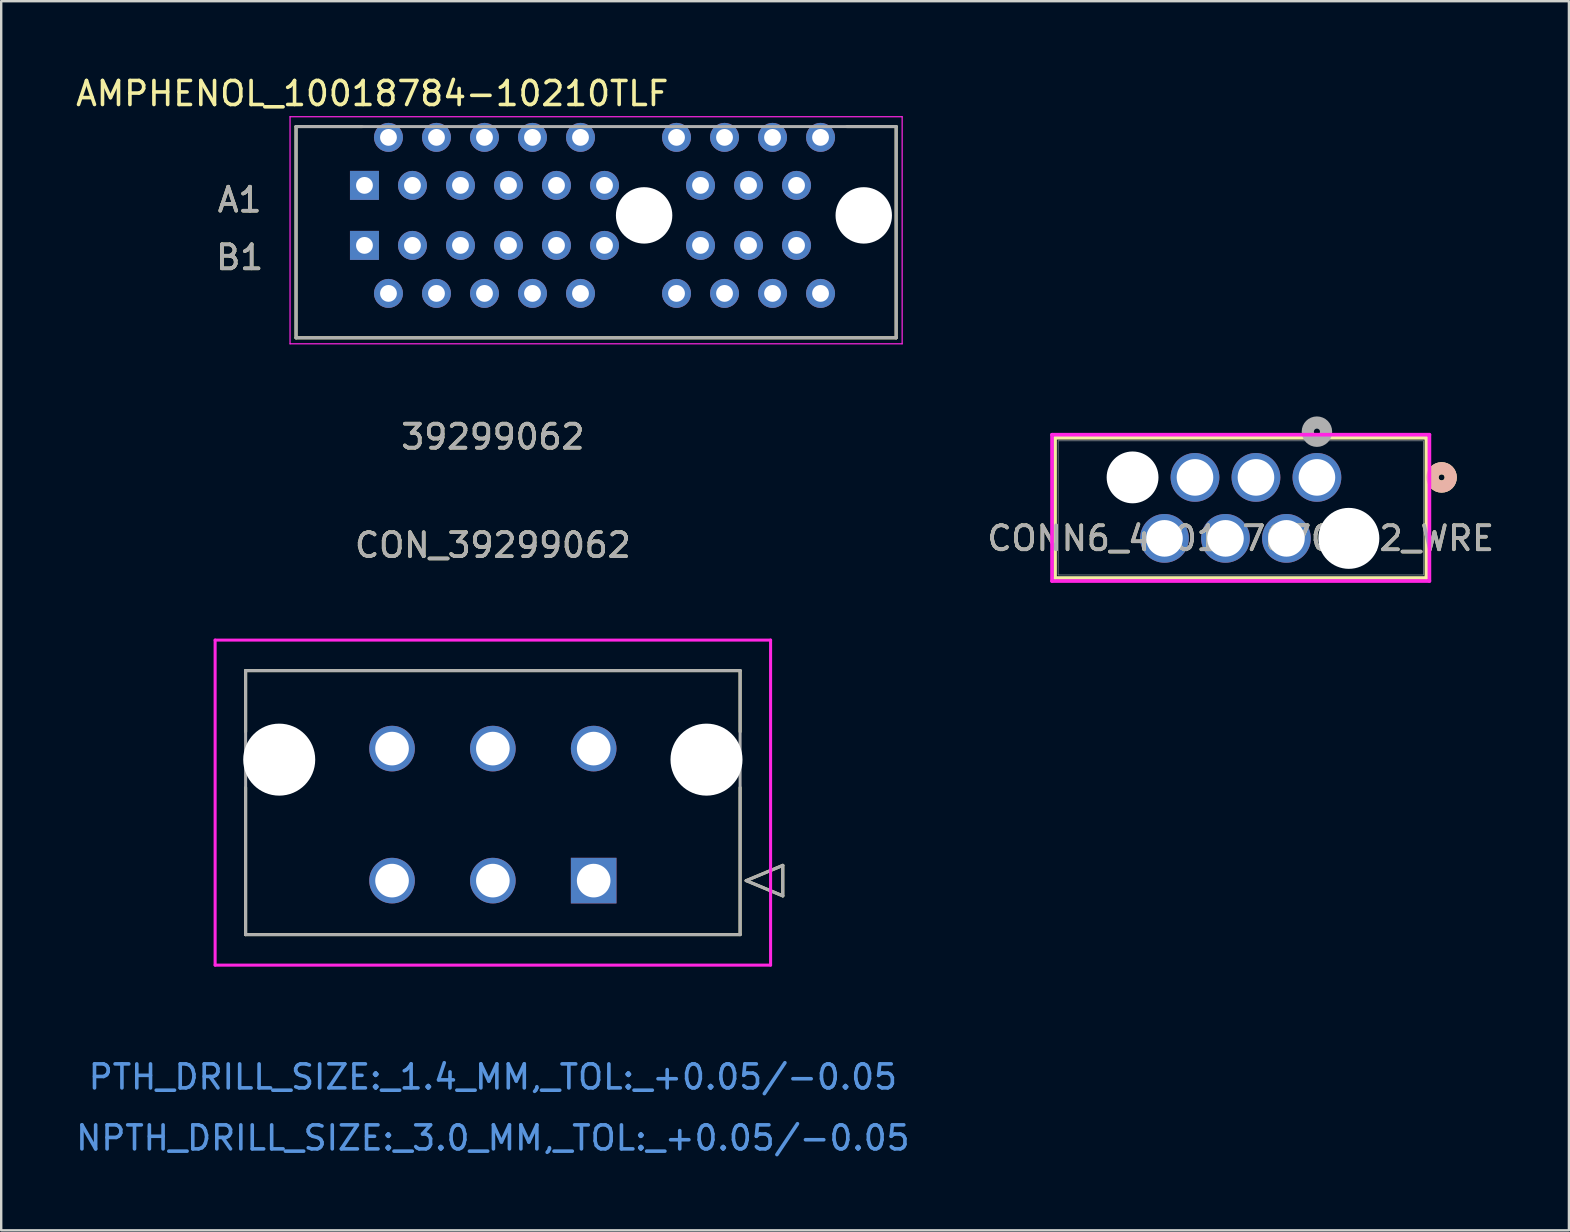
<source format=kicad_pcb>
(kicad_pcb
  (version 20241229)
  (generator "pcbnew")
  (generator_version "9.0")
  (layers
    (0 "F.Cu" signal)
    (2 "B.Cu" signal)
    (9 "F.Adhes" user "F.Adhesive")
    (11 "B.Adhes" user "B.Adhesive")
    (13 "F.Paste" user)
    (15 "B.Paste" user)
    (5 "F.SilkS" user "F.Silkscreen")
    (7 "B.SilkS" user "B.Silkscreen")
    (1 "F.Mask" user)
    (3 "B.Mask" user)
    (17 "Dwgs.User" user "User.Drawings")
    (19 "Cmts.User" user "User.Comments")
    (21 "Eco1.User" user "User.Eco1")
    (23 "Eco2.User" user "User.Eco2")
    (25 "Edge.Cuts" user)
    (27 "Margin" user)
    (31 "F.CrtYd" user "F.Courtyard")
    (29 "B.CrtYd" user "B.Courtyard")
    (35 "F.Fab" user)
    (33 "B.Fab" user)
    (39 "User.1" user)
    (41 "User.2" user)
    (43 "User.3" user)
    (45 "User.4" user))
  (footprint "CON_39299062"
    (layer "F.Cu")
    (at 21.682 33.636)
    (property "Reference" "CON_39299062" (at -4.2 -13.97 0) (unlocked yes) (layer "F.SilkS") (effects (font (size 1 1) (thickness 0.15))))
    (attr through_hole)
    (fp_line (start -14.5 -8.75) (end -14.5 -6.203) (stroke (width 0.127) (type solid)) (layer "F.SilkS"))
    (fp_line (start -14.5 -3.877) (end -14.5 2.25) (stroke (width 0.127) (type solid)) (layer "F.SilkS"))
    (fp_line (start -14.5 2.25) (end 6.1 2.25) (stroke (width 0.127) (type solid)) (layer "F.SilkS"))
    (fp_line (start 6.1 -8.75) (end -14.5 -8.75) (stroke (width 0.127) (type solid)) (layer "F.SilkS"))
    (fp_line (start 6.1 -6.203) (end 6.1 -8.75) (stroke (width 0.127) (type solid)) (layer "F.SilkS"))
    (fp_line (start 6.1 2.25) (end 6.1 -3.877) (stroke (width 0.127) (type solid)) (layer "F.SilkS"))
    (fp_line (start 6.354 0) (end 7.878 -0.635) (stroke (width 0.127) (type solid)) (layer "F.SilkS"))
    (fp_line (start 7.878 -0.635) (end 7.878 0.635) (stroke (width 0.127) (type solid)) (layer "F.SilkS"))
    (fp_line (start 7.878 0.635) (end 6.354 0) (stroke (width 0.127) (type solid)) (layer "F.SilkS"))
    (fp_line (start -15.77 -10.02) (end -15.77 3.52) (stroke (width 0.127) (type solid)) (layer "F.CrtYd"))
    (fp_line (start -15.77 3.52) (end 7.37 3.52) (stroke (width 0.127) (type solid)) (layer "F.CrtYd"))
    (fp_line (start 7.37 -10.02) (end -15.77 -10.02) (stroke (width 0.127) (type solid)) (layer "F.CrtYd"))
    (fp_line (start 7.37 3.52) (end 7.37 -10.02) (stroke (width 0.127) (type solid)) (layer "F.CrtYd"))
    (fp_line (start -14.5 -8.75) (end -14.5 2.25) (stroke (width 0.127) (type solid)) (layer "F.Fab"))
    (fp_line (start -14.5 2.25) (end 6.1 2.25) (stroke (width 0.127) (type solid)) (layer "F.Fab"))
    (fp_line (start 6.1 -8.75) (end -14.5 -8.75) (stroke (width 0.127) (type solid)) (layer "F.Fab"))
    (fp_line (start 6.1 2.25) (end 6.1 -8.75) (stroke (width 0.127) (type solid)) (layer "F.Fab"))
    (fp_line (start 6.354 0) (end 7.878 -0.635) (stroke (width 0.127) (type solid)) (layer "F.Fab"))
    (fp_line (start 7.878 -0.635) (end 7.878 0.635) (stroke (width 0.127) (type solid)) (layer "F.Fab"))
    (fp_line (start 7.878 0.635) (end 6.354 0) (stroke (width 0.127) (type solid)) (layer "F.Fab"))
    (fp_text user "39299062" (at -4.2 -18.49 0) (unlocked yes) (layer "F.SilkS") (effects (font (size 1 1) (thickness 0.15))))
    (fp_text user "PTH_DRILL_SIZE:_1.4_MM,_TOL:_+0.05/-0.05" (at -4.2 8.18 0) (unlocked yes) (layer "Cmts.User") (effects (font (size 1 1) (thickness 0.15))))
    (fp_text user "NPTH_DRILL_SIZE:_3.0_MM,_TOL:_+0.05/-0.05" (at -4.2 10.72 0) (unlocked yes) (layer "Cmts.User") (effects (font (size 1 1) (thickness 0.15))))
    (fp_text user "39299062" (at -4.2 -18.49 0) (unlocked yes) (layer "F.Fab") (effects (font (size 1 1) (thickness 0.15))))
    (fp_text user "${REFERENCE}" (at -4.2 -13.97 0) (unlocked yes) (layer "F.Fab") (effects (font (size 1 1) (thickness 0.15))))
    (pad "" np_thru_hole circle (at -13.1 -5.04) (size 3 3) (drill 3) (layers "*.Cu" "*.Mask"))
    (pad "" np_thru_hole circle (at 4.7 -5.04) (size 3 3) (drill 3) (layers "*.Cu" "*.Mask"))
    (pad "1" thru_hole rect (at 0 0) (size 1.9 1.9) (drill 1.4) (layers "*.Cu" "*.Mask"))
    (pad "2" thru_hole circle (at -4.2 0) (size 1.9 1.9) (drill 1.4) (layers "*.Cu" "*.Mask"))
    (pad "3" thru_hole circle (at -8.4 0) (size 1.9 1.9) (drill 1.4) (layers "*.Cu" "*.Mask"))
    (pad "4" thru_hole circle (at 0 -5.5) (size 1.9 1.9) (drill 1.4) (layers "*.Cu" "*.Mask"))
    (pad "5" thru_hole circle (at -4.2 -5.5) (size 1.9 1.9) (drill 1.4) (layers "*.Cu" "*.Mask"))
    (pad "6" thru_hole circle (at -8.4 -5.5) (size 1.9 1.9) (drill 1.4) (layers "*.Cu" "*.Mask")))
  (footprint "AMPHENOL_10018784-10210TLF"
    (layer "F.Cu")
    (at 23.783 5.923)
    (property "Reference" "AMPHENOL_10018784-10210TLF" (at -11.325 -5.075 0) (layer "F.SilkS") (effects (font (size 1 1) (thickness 0.15))))
    (attr through_hole)
    (fp_line (start -14.5 -3.7) (end -11.75 -3.7) (stroke (width 0.127) (type solid)) (layer "F.SilkS"))
    (fp_line (start -14.5 5.1) (end -14.5 -3.7) (stroke (width 0.127) (type solid)) (layer "F.SilkS"))
    (fp_line (start 10.5 -3.7) (end 8.45 -3.7) (stroke (width 0.127) (type solid)) (layer "F.SilkS"))
    (fp_line (start 10.5 -3.7) (end 10.5 5.1) (stroke (width 0.127) (type solid)) (layer "F.SilkS"))
    (fp_line (start 10.5 5.1) (end -14.5 5.1) (stroke (width 0.127) (type solid)) (layer "F.SilkS"))
    (fp_line (start -14.75 -4.11) (end 10.75 -4.11) (stroke (width 0.05) (type solid)) (layer "F.CrtYd"))
    (fp_line (start -14.75 5.35) (end -14.75 -4.11) (stroke (width 0.05) (type solid)) (layer "F.CrtYd"))
    (fp_line (start 10.75 -4.11) (end 10.75 5.35) (stroke (width 0.05) (type solid)) (layer "F.CrtYd"))
    (fp_line (start 10.75 5.35) (end -14.75 5.35) (stroke (width 0.05) (type solid)) (layer "F.CrtYd"))
    (fp_line (start -14.5 -3.7) (end 10.5 -3.7) (stroke (width 0.127) (type solid)) (layer "F.Fab"))
    (fp_line (start -14.5 5.1) (end -14.5 -3.7) (stroke (width 0.127) (type solid)) (layer "F.Fab"))
    (fp_line (start 10.5 -3.7) (end 10.5 5.1) (stroke (width 0.127) (type solid)) (layer "F.Fab"))
    (fp_line (start 10.5 5.1) (end -14.5 5.1) (stroke (width 0.127) (type solid)) (layer "F.Fab"))
    (fp_text user "A1" (at -16.85 -0.65 0) (layer "F.SilkS") (effects (font (size 1 1) (thickness 0.15))))
    (fp_text user "B1" (at -16.85 1.75 0) (layer "F.SilkS") (effects (font (size 1 1) (thickness 0.15))))
    (fp_text user "B1" (at -16.85 1.75 0) (layer "F.Fab") (effects (font (size 1 1) (thickness 0.15))))
    (fp_text user "A1" (at -16.85 -0.65 0) (layer "F.Fab") (effects (font (size 1 1) (thickness 0.15))))
    (pad "" np_thru_hole circle (at 0 0) (size 2.35 2.35) (drill 2.35) (layers "*.Cu" "*.Mask"))
    (pad "" np_thru_hole circle (at 9.15 0) (size 2.35 2.35) (drill 2.35) (layers "*.Cu" "*.Mask"))
    (pad "A1" thru_hole rect (at -11.65 -1.25) (size 1.208 1.208) (drill 0.7) (layers "*.Cu" "*.Mask"))
    (pad "A2" thru_hole circle (at -10.65 -3.25) (size 1.208 1.208) (drill 0.7) (layers "*.Cu" "*.Mask"))
    (pad "A3" thru_hole circle (at -9.65 -1.25) (size 1.208 1.208) (drill 0.7) (layers "*.Cu" "*.Mask"))
    (pad "A4" thru_hole circle (at -8.65 -3.25) (size 1.208 1.208) (drill 0.7) (layers "*.Cu" "*.Mask"))
    (pad "A5" thru_hole circle (at -7.65 -1.25) (size 1.208 1.208) (drill 0.7) (layers "*.Cu" "*.Mask"))
    (pad "A6" thru_hole circle (at -6.65 -3.25) (size 1.208 1.208) (drill 0.7) (layers "*.Cu" "*.Mask"))
    (pad "A7" thru_hole circle (at -5.65 -1.25) (size 1.208 1.208) (drill 0.7) (layers "*.Cu" "*.Mask"))
    (pad "A8" thru_hole circle (at -4.65 -3.25) (size 1.208 1.208) (drill 0.7) (layers "*.Cu" "*.Mask"))
    (pad "A9" thru_hole circle (at -3.65 -1.25) (size 1.208 1.208) (drill 0.7) (layers "*.Cu" "*.Mask"))
    (pad "A10" thru_hole circle (at -2.65 -3.25) (size 1.208 1.208) (drill 0.7) (layers "*.Cu" "*.Mask"))
    (pad "A11" thru_hole circle (at -1.65 -1.25) (size 1.208 1.208) (drill 0.7) (layers "*.Cu" "*.Mask"))
    (pad "A12" thru_hole circle (at 1.35 -3.25) (size 1.208 1.208) (drill 0.7) (layers "*.Cu" "*.Mask"))
    (pad "A13" thru_hole circle (at 2.35 -1.25) (size 1.208 1.208) (drill 0.7) (layers "*.Cu" "*.Mask"))
    (pad "A14" thru_hole circle (at 3.35 -3.25) (size 1.208 1.208) (drill 0.7) (layers "*.Cu" "*.Mask"))
    (pad "A15" thru_hole circle (at 4.35 -1.25) (size 1.208 1.208) (drill 0.7) (layers "*.Cu" "*.Mask"))
    (pad "A16" thru_hole circle (at 5.35 -3.25) (size 1.208 1.208) (drill 0.7) (layers "*.Cu" "*.Mask"))
    (pad "A17" thru_hole circle (at 6.35 -1.25) (size 1.208 1.208) (drill 0.7) (layers "*.Cu" "*.Mask"))
    (pad "A18" thru_hole circle (at 7.35 -3.25) (size 1.208 1.208) (drill 0.7) (layers "*.Cu" "*.Mask"))
    (pad "B1" thru_hole rect (at -11.65 1.25) (size 1.208 1.208) (drill 0.7) (layers "*.Cu" "*.Mask"))
    (pad "B2" thru_hole circle (at -10.65 3.25) (size 1.208 1.208) (drill 0.7) (layers "*.Cu" "*.Mask"))
    (pad "B3" thru_hole circle (at -9.65 1.25) (size 1.208 1.208) (drill 0.7) (layers "*.Cu" "*.Mask"))
    (pad "B4" thru_hole circle (at -8.65 3.25) (size 1.208 1.208) (drill 0.7) (layers "*.Cu" "*.Mask"))
    (pad "B5" thru_hole circle (at -7.65 1.25) (size 1.208 1.208) (drill 0.7) (layers "*.Cu" "*.Mask"))
    (pad "B6" thru_hole circle (at -6.65 3.25) (size 1.208 1.208) (drill 0.7) (layers "*.Cu" "*.Mask"))
    (pad "B7" thru_hole circle (at -5.65 1.25) (size 1.208 1.208) (drill 0.7) (layers "*.Cu" "*.Mask"))
    (pad "B8" thru_hole circle (at -4.65 3.25) (size 1.208 1.208) (drill 0.7) (layers "*.Cu" "*.Mask"))
    (pad "B9" thru_hole circle (at -3.65 1.25) (size 1.208 1.208) (drill 0.7) (layers "*.Cu" "*.Mask"))
    (pad "B10" thru_hole circle (at -2.65 3.25) (size 1.208 1.208) (drill 0.7) (layers "*.Cu" "*.Mask"))
    (pad "B11" thru_hole circle (at -1.65 1.25) (size 1.208 1.208) (drill 0.7) (layers "*.Cu" "*.Mask"))
    (pad "B12" thru_hole circle (at 1.35 3.25) (size 1.208 1.208) (drill 0.7) (layers "*.Cu" "*.Mask"))
    (pad "B13" thru_hole circle (at 2.35 1.25) (size 1.208 1.208) (drill 0.7) (layers "*.Cu" "*.Mask"))
    (pad "B14" thru_hole circle (at 3.35 3.25) (size 1.208 1.208) (drill 0.7) (layers "*.Cu" "*.Mask"))
    (pad "B15" thru_hole circle (at 4.35 1.25) (size 1.208 1.208) (drill 0.7) (layers "*.Cu" "*.Mask"))
    (pad "B16" thru_hole circle (at 5.35 3.25) (size 1.208 1.208) (drill 0.7) (layers "*.Cu" "*.Mask"))
    (pad "B17" thru_hole circle (at 6.35 1.25) (size 1.208 1.208) (drill 0.7) (layers "*.Cu" "*.Mask"))
    (pad "B18" thru_hole circle (at 7.35 3.25) (size 1.208 1.208) (drill 0.7) (layers "*.Cu" "*.Mask")))
  (footprint "CONN6_490107670612_WRE"
    (layer "F.Cu")
    (at 51.812 16.838)
    (property "Reference" "CONN6_490107670612_WRE" (at -3.175 2.54 0) (unlocked yes) (layer "F.SilkS") (effects (font (size 1 1) (thickness 0.15))))
    (attr through_hole)
    (fp_line (start -10.909 -1.651) (end -10.909 4.191) (stroke (width 0.152) (type solid)) (layer "F.SilkS"))
    (fp_line (start -10.909 4.191) (end 4.559 4.191) (stroke (width 0.152) (type solid)) (layer "F.SilkS"))
    (fp_line (start 4.559 -1.651) (end -10.909 -1.651) (stroke (width 0.152) (type solid)) (layer "F.SilkS"))
    (fp_line (start 4.559 4.191) (end 4.559 -1.651) (stroke (width 0.152) (type solid)) (layer "F.SilkS"))
    (fp_circle (center 5.194 0) (end 5.575 0) (stroke (width 0.508) (type solid)) (fill no) (layer "F.SilkS"))
    (fp_circle (center 5.194 0) (end 5.575 0) (stroke (width 0.508) (type solid)) (fill no) (layer "B.SilkS"))
    (fp_line (start -11.036 -1.778) (end -11.036 4.318) (stroke (width 0.152) (type solid)) (layer "F.CrtYd"))
    (fp_line (start -11.036 4.318) (end 4.686 4.318) (stroke (width 0.152) (type solid)) (layer "F.CrtYd"))
    (fp_line (start 4.686 -1.778) (end -11.036 -1.778) (stroke (width 0.152) (type solid)) (layer "F.CrtYd"))
    (fp_line (start 4.686 4.318) (end 4.686 -1.778) (stroke (width 0.152) (type solid)) (layer "F.CrtYd"))
    (fp_line (start -10.782 -1.524) (end -10.782 4.064) (stroke (width 0.025) (type solid)) (layer "F.Fab"))
    (fp_line (start -10.782 4.064) (end 4.432 4.064) (stroke (width 0.025) (type solid)) (layer "F.Fab"))
    (fp_line (start 4.432 -1.524) (end -10.782 -1.524) (stroke (width 0.025) (type solid)) (layer "F.Fab"))
    (fp_line (start 4.432 4.064) (end 4.432 -1.524) (stroke (width 0.025) (type solid)) (layer "F.Fab"))
    (fp_circle (center 0 -1.905) (end 0.381 -1.905) (stroke (width 0.508) (type solid)) (fill no) (layer "F.Fab"))
    (fp_text user "${REFERENCE}" (at -3.175 2.54 0) (unlocked yes) (layer "F.Fab") (effects (font (size 1 1) (thickness 0.15))))
    (pad "" np_thru_hole circle (at -7.68 0) (size 2.159 2.159) (drill 2.159) (layers "*.Cu" "*.Mask"))
    (pad "" np_thru_hole circle (at 1.33 2.54) (size 2.54 2.54) (drill 2.54) (layers "*.Cu" "*.Mask"))
    (pad "1" thru_hole circle (at 0 0) (size 2.032 2.032) (drill 1.524) (layers "*.Cu" "*.Mask"))
    (pad "2" thru_hole circle (at -1.27 2.54) (size 2.032 2.032) (drill 1.524) (layers "*.Cu" "*.Mask"))
    (pad "3" thru_hole circle (at -2.54 0) (size 2.032 2.032) (drill 1.524) (layers "*.Cu" "*.Mask"))
    (pad "4" thru_hole circle (at -3.81 2.54) (size 2.032 2.032) (drill 1.524) (layers "*.Cu" "*.Mask"))
    (pad "5" thru_hole circle (at -5.08 0) (size 2.032 2.032) (drill 1.524) (layers "*.Cu" "*.Mask"))
    (pad "6" thru_hole circle (at -6.35 2.54) (size 2.032 2.032) (drill 1.524) (layers "*.Cu" "*.Mask")))
  (gr_rect
    (start -3 -3)
    (end 62.31 48.205)
    (stroke (width 0.1) (type default))
    (fill no)
    (layer "Edge.Cuts")))
</source>
